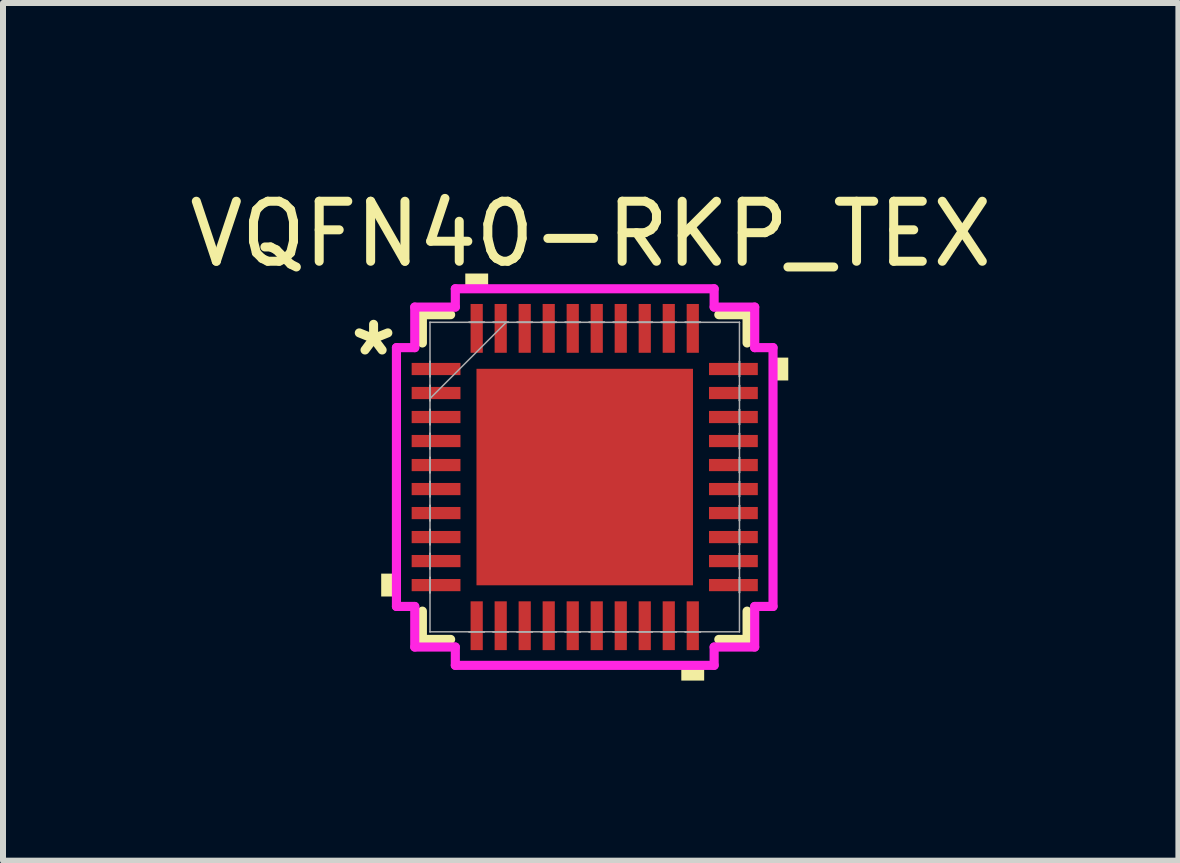
<source format=kicad_pcb>
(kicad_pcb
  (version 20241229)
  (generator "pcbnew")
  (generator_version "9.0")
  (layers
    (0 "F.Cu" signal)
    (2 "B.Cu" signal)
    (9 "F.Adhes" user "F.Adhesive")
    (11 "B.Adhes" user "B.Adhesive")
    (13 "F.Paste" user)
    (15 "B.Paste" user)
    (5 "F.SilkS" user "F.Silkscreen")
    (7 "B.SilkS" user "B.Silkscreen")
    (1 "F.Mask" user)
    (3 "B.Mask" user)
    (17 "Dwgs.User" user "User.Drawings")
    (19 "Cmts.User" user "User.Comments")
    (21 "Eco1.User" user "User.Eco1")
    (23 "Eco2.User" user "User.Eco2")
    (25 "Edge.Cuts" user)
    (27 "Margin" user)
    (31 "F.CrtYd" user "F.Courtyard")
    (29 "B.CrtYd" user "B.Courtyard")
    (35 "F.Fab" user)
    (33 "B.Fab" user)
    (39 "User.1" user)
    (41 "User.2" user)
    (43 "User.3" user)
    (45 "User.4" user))
  (footprint "VQFN40-RKP_TEX"
    (layer "F.Cu")
    (at 6.692 4.898)
    (property "Reference" "VQFN40-RKP_TEX" (at 0.1 -4.05 0) (unlocked yes) (layer "F.SilkS") (effects (font (size 1 1) (thickness 0.15))))
    (attr smd)
    (fp_line (start -2.705 -2.705) (end -2.705 -2.234) (stroke (width 0.152) (type solid)) (layer "F.SilkS"))
    (fp_line (start -2.705 2.234) (end -2.705 2.705) (stroke (width 0.152) (type solid)) (layer "F.SilkS"))
    (fp_line (start -2.705 2.705) (end -2.234 2.705) (stroke (width 0.152) (type solid)) (layer "F.SilkS"))
    (fp_line (start -2.234 -2.705) (end -2.705 -2.705) (stroke (width 0.152) (type solid)) (layer "F.SilkS"))
    (fp_line (start 2.234 2.705) (end 2.705 2.705) (stroke (width 0.152) (type solid)) (layer "F.SilkS"))
    (fp_line (start 2.705 -2.705) (end 2.234 -2.705) (stroke (width 0.152) (type solid)) (layer "F.SilkS"))
    (fp_line (start 2.705 -2.234) (end 2.705 -2.705) (stroke (width 0.152) (type solid)) (layer "F.SilkS"))
    (fp_line (start 2.705 2.705) (end 2.705 2.234) (stroke (width 0.152) (type solid)) (layer "F.SilkS"))
    (fp_poly (pts (xy -3.391 1.609) (xy -3.391 1.99) (xy -3.137 1.99) (xy -3.137 1.609)) (stroke (width 0) (type solid)) (fill yes) (layer "F.SilkS"))
    (fp_poly (pts (xy -1.99 -3.137) (xy -1.99 -3.391) (xy -1.609 -3.391) (xy -1.609 -3.137)) (stroke (width 0) (type solid)) (fill yes) (layer "F.SilkS"))
    (fp_poly (pts (xy 1.609 3.137) (xy 1.609 3.391) (xy 1.99 3.391) (xy 1.99 3.137)) (stroke (width 0) (type solid)) (fill yes) (layer "F.SilkS"))
    (fp_poly (pts (xy 3.391 -1.99) (xy 3.391 -1.609) (xy 3.137 -1.609) (xy 3.137 -1.99)) (stroke (width 0) (type solid)) (fill yes) (layer "F.SilkS"))
    (fp_poly (pts (xy -1.703 -1.703) (xy -1.703 -0.1) (xy -0.1 -0.1) (xy -0.1 -1.703)) (stroke (width 0) (type solid)) (fill yes) (layer "F.Paste"))
    (fp_poly (pts (xy -1.703 0.1) (xy -1.703 1.703) (xy -0.1 1.703) (xy -0.1 0.1)) (stroke (width 0) (type solid)) (fill yes) (layer "F.Paste"))
    (fp_poly (pts (xy 0.1 -1.703) (xy 0.1 -0.1) (xy 1.703 -0.1) (xy 1.703 -1.703)) (stroke (width 0) (type solid)) (fill yes) (layer "F.Paste"))
    (fp_poly (pts (xy 0.1 0.1) (xy 0.1 1.703) (xy 1.703 1.703) (xy 1.703 0.1)) (stroke (width 0) (type solid)) (fill yes) (layer "F.Paste"))
    (fp_line (start -3.137 -2.156) (end -2.832 -2.156) (stroke (width 0.152) (type solid)) (layer "F.CrtYd"))
    (fp_line (start -3.137 2.156) (end -3.137 -2.156) (stroke (width 0.152) (type solid)) (layer "F.CrtYd"))
    (fp_line (start -2.832 -2.832) (end -2.156 -2.832) (stroke (width 0.152) (type solid)) (layer "F.CrtYd"))
    (fp_line (start -2.832 -2.156) (end -2.832 -2.832) (stroke (width 0.152) (type solid)) (layer "F.CrtYd"))
    (fp_line (start -2.832 2.156) (end -3.137 2.156) (stroke (width 0.152) (type solid)) (layer "F.CrtYd"))
    (fp_line (start -2.832 2.832) (end -2.832 2.156) (stroke (width 0.152) (type solid)) (layer "F.CrtYd"))
    (fp_line (start -2.156 -3.137) (end 2.156 -3.137) (stroke (width 0.152) (type solid)) (layer "F.CrtYd"))
    (fp_line (start -2.156 -2.832) (end -2.156 -3.137) (stroke (width 0.152) (type solid)) (layer "F.CrtYd"))
    (fp_line (start -2.156 2.832) (end -2.832 2.832) (stroke (width 0.152) (type solid)) (layer "F.CrtYd"))
    (fp_line (start -2.156 3.137) (end -2.156 2.832) (stroke (width 0.152) (type solid)) (layer "F.CrtYd"))
    (fp_line (start 2.156 -3.137) (end 2.156 -2.832) (stroke (width 0.152) (type solid)) (layer "F.CrtYd"))
    (fp_line (start 2.156 -2.832) (end 2.832 -2.832) (stroke (width 0.152) (type solid)) (layer "F.CrtYd"))
    (fp_line (start 2.156 2.832) (end 2.156 3.137) (stroke (width 0.152) (type solid)) (layer "F.CrtYd"))
    (fp_line (start 2.156 3.137) (end -2.156 3.137) (stroke (width 0.152) (type solid)) (layer "F.CrtYd"))
    (fp_line (start 2.832 -2.832) (end 2.832 -2.156) (stroke (width 0.152) (type solid)) (layer "F.CrtYd"))
    (fp_line (start 2.832 -2.156) (end 3.137 -2.156) (stroke (width 0.152) (type solid)) (layer "F.CrtYd"))
    (fp_line (start 2.832 2.156) (end 2.832 2.832) (stroke (width 0.152) (type solid)) (layer "F.CrtYd"))
    (fp_line (start 2.832 2.832) (end 2.156 2.832) (stroke (width 0.152) (type solid)) (layer "F.CrtYd"))
    (fp_line (start 3.137 -2.156) (end 3.137 2.156) (stroke (width 0.152) (type solid)) (layer "F.CrtYd"))
    (fp_line (start 3.137 2.156) (end 2.832 2.156) (stroke (width 0.152) (type solid)) (layer "F.CrtYd"))
    (fp_line (start -2.578 -2.578) (end -2.578 -2.578) (stroke (width 0.025) (type solid)) (layer "F.Fab"))
    (fp_line (start -2.578 -2.578) (end -2.578 2.578) (stroke (width 0.025) (type solid)) (layer "F.Fab"))
    (fp_line (start -2.578 -1.927) (end -2.578 -1.927) (stroke (width 0.025) (type solid)) (layer "F.Fab"))
    (fp_line (start -2.578 -1.927) (end -2.578 -1.673) (stroke (width 0.025) (type solid)) (layer "F.Fab"))
    (fp_line (start -2.578 -1.673) (end -2.578 -1.927) (stroke (width 0.025) (type solid)) (layer "F.Fab"))
    (fp_line (start -2.578 -1.673) (end -2.578 -1.673) (stroke (width 0.025) (type solid)) (layer "F.Fab"))
    (fp_line (start -2.578 -1.527) (end -2.578 -1.527) (stroke (width 0.025) (type solid)) (layer "F.Fab"))
    (fp_line (start -2.578 -1.527) (end -2.578 -1.273) (stroke (width 0.025) (type solid)) (layer "F.Fab"))
    (fp_line (start -2.578 -1.308) (end -1.308 -2.578) (stroke (width 0.025) (type solid)) (layer "F.Fab"))
    (fp_line (start -2.578 -1.273) (end -2.578 -1.527) (stroke (width 0.025) (type solid)) (layer "F.Fab"))
    (fp_line (start -2.578 -1.273) (end -2.578 -1.273) (stroke (width 0.025) (type solid)) (layer "F.Fab"))
    (fp_line (start -2.578 -1.127) (end -2.578 -1.127) (stroke (width 0.025) (type solid)) (layer "F.Fab"))
    (fp_line (start -2.578 -1.127) (end -2.578 -0.873) (stroke (width 0.025) (type solid)) (layer "F.Fab"))
    (fp_line (start -2.578 -0.873) (end -2.578 -1.127) (stroke (width 0.025) (type solid)) (layer "F.Fab"))
    (fp_line (start -2.578 -0.873) (end -2.578 -0.873) (stroke (width 0.025) (type solid)) (layer "F.Fab"))
    (fp_line (start -2.578 -0.727) (end -2.578 -0.727) (stroke (width 0.025) (type solid)) (layer "F.Fab"))
    (fp_line (start -2.578 -0.727) (end -2.578 -0.473) (stroke (width 0.025) (type solid)) (layer "F.Fab"))
    (fp_line (start -2.578 -0.473) (end -2.578 -0.727) (stroke (width 0.025) (type solid)) (layer "F.Fab"))
    (fp_line (start -2.578 -0.473) (end -2.578 -0.473) (stroke (width 0.025) (type solid)) (layer "F.Fab"))
    (fp_line (start -2.578 -0.327) (end -2.578 -0.327) (stroke (width 0.025) (type solid)) (layer "F.Fab"))
    (fp_line (start -2.578 -0.327) (end -2.578 -0.073) (stroke (width 0.025) (type solid)) (layer "F.Fab"))
    (fp_line (start -2.578 -0.073) (end -2.578 -0.327) (stroke (width 0.025) (type solid)) (layer "F.Fab"))
    (fp_line (start -2.578 -0.073) (end -2.578 -0.073) (stroke (width 0.025) (type solid)) (layer "F.Fab"))
    (fp_line (start -2.578 0.073) (end -2.578 0.073) (stroke (width 0.025) (type solid)) (layer "F.Fab"))
    (fp_line (start -2.578 0.073) (end -2.578 0.327) (stroke (width 0.025) (type solid)) (layer "F.Fab"))
    (fp_line (start -2.578 0.327) (end -2.578 0.073) (stroke (width 0.025) (type solid)) (layer "F.Fab"))
    (fp_line (start -2.578 0.327) (end -2.578 0.327) (stroke (width 0.025) (type solid)) (layer "F.Fab"))
    (fp_line (start -2.578 0.473) (end -2.578 0.473) (stroke (width 0.025) (type solid)) (layer "F.Fab"))
    (fp_line (start -2.578 0.473) (end -2.578 0.727) (stroke (width 0.025) (type solid)) (layer "F.Fab"))
    (fp_line (start -2.578 0.727) (end -2.578 0.473) (stroke (width 0.025) (type solid)) (layer "F.Fab"))
    (fp_line (start -2.578 0.727) (end -2.578 0.727) (stroke (width 0.025) (type solid)) (layer "F.Fab"))
    (fp_line (start -2.578 0.873) (end -2.578 0.873) (stroke (width 0.025) (type solid)) (layer "F.Fab"))
    (fp_line (start -2.578 0.873) (end -2.578 1.127) (stroke (width 0.025) (type solid)) (layer "F.Fab"))
    (fp_line (start -2.578 1.127) (end -2.578 0.873) (stroke (width 0.025) (type solid)) (layer "F.Fab"))
    (fp_line (start -2.578 1.127) (end -2.578 1.127) (stroke (width 0.025) (type solid)) (layer "F.Fab"))
    (fp_line (start -2.578 1.273) (end -2.578 1.273) (stroke (width 0.025) (type solid)) (layer "F.Fab"))
    (fp_line (start -2.578 1.273) (end -2.578 1.527) (stroke (width 0.025) (type solid)) (layer "F.Fab"))
    (fp_line (start -2.578 1.527) (end -2.578 1.273) (stroke (width 0.025) (type solid)) (layer "F.Fab"))
    (fp_line (start -2.578 1.527) (end -2.578 1.527) (stroke (width 0.025) (type solid)) (layer "F.Fab"))
    (fp_line (start -2.578 1.673) (end -2.578 1.673) (stroke (width 0.025) (type solid)) (layer "F.Fab"))
    (fp_line (start -2.578 1.673) (end -2.578 1.927) (stroke (width 0.025) (type solid)) (layer "F.Fab"))
    (fp_line (start -2.578 1.927) (end -2.578 1.673) (stroke (width 0.025) (type solid)) (layer "F.Fab"))
    (fp_line (start -2.578 1.927) (end -2.578 1.927) (stroke (width 0.025) (type solid)) (layer "F.Fab"))
    (fp_line (start -2.578 2.578) (end -2.578 2.578) (stroke (width 0.025) (type solid)) (layer "F.Fab"))
    (fp_line (start -2.578 2.578) (end 2.578 2.578) (stroke (width 0.025) (type solid)) (layer "F.Fab"))
    (fp_line (start -1.927 -2.578) (end -1.927 -2.578) (stroke (width 0.025) (type solid)) (layer "F.Fab"))
    (fp_line (start -1.927 -2.578) (end -1.673 -2.578) (stroke (width 0.025) (type solid)) (layer "F.Fab"))
    (fp_line (start -1.927 2.578) (end -1.927 2.578) (stroke (width 0.025) (type solid)) (layer "F.Fab"))
    (fp_line (start -1.927 2.578) (end -1.673 2.578) (stroke (width 0.025) (type solid)) (layer "F.Fab"))
    (fp_line (start -1.673 -2.578) (end -1.927 -2.578) (stroke (width 0.025) (type solid)) (layer "F.Fab"))
    (fp_line (start -1.673 -2.578) (end -1.673 -2.578) (stroke (width 0.025) (type solid)) (layer "F.Fab"))
    (fp_line (start -1.673 2.578) (end -1.927 2.578) (stroke (width 0.025) (type solid)) (layer "F.Fab"))
    (fp_line (start -1.673 2.578) (end -1.673 2.578) (stroke (width 0.025) (type solid)) (layer "F.Fab"))
    (fp_line (start -1.527 -2.578) (end -1.527 -2.578) (stroke (width 0.025) (type solid)) (layer "F.Fab"))
    (fp_line (start -1.527 -2.578) (end -1.273 -2.578) (stroke (width 0.025) (type solid)) (layer "F.Fab"))
    (fp_line (start -1.527 2.578) (end -1.527 2.578) (stroke (width 0.025) (type solid)) (layer "F.Fab"))
    (fp_line (start -1.527 2.578) (end -1.273 2.578) (stroke (width 0.025) (type solid)) (layer "F.Fab"))
    (fp_line (start -1.273 -2.578) (end -1.527 -2.578) (stroke (width 0.025) (type solid)) (layer "F.Fab"))
    (fp_line (start -1.273 -2.578) (end -1.273 -2.578) (stroke (width 0.025) (type solid)) (layer "F.Fab"))
    (fp_line (start -1.273 2.578) (end -1.527 2.578) (stroke (width 0.025) (type solid)) (layer "F.Fab"))
    (fp_line (start -1.273 2.578) (end -1.273 2.578) (stroke (width 0.025) (type solid)) (layer "F.Fab"))
    (fp_line (start -1.127 -2.578) (end -1.127 -2.578) (stroke (width 0.025) (type solid)) (layer "F.Fab"))
    (fp_line (start -1.127 -2.578) (end -0.873 -2.578) (stroke (width 0.025) (type solid)) (layer "F.Fab"))
    (fp_line (start -1.127 2.578) (end -1.127 2.578) (stroke (width 0.025) (type solid)) (layer "F.Fab"))
    (fp_line (start -1.127 2.578) (end -0.873 2.578) (stroke (width 0.025) (type solid)) (layer "F.Fab"))
    (fp_line (start -0.873 -2.578) (end -1.127 -2.578) (stroke (width 0.025) (type solid)) (layer "F.Fab"))
    (fp_line (start -0.873 -2.578) (end -0.873 -2.578) (stroke (width 0.025) (type solid)) (layer "F.Fab"))
    (fp_line (start -0.873 2.578) (end -1.127 2.578) (stroke (width 0.025) (type solid)) (layer "F.Fab"))
    (fp_line (start -0.873 2.578) (end -0.873 2.578) (stroke (width 0.025) (type solid)) (layer "F.Fab"))
    (fp_line (start -0.727 -2.578) (end -0.727 -2.578) (stroke (width 0.025) (type solid)) (layer "F.Fab"))
    (fp_line (start -0.727 -2.578) (end -0.473 -2.578) (stroke (width 0.025) (type solid)) (layer "F.Fab"))
    (fp_line (start -0.727 2.578) (end -0.727 2.578) (stroke (width 0.025) (type solid)) (layer "F.Fab"))
    (fp_line (start -0.727 2.578) (end -0.473 2.578) (stroke (width 0.025) (type solid)) (layer "F.Fab"))
    (fp_line (start -0.473 -2.578) (end -0.727 -2.578) (stroke (width 0.025) (type solid)) (layer "F.Fab"))
    (fp_line (start -0.473 -2.578) (end -0.473 -2.578) (stroke (width 0.025) (type solid)) (layer "F.Fab"))
    (fp_line (start -0.473 2.578) (end -0.727 2.578) (stroke (width 0.025) (type solid)) (layer "F.Fab"))
    (fp_line (start -0.473 2.578) (end -0.473 2.578) (stroke (width 0.025) (type solid)) (layer "F.Fab"))
    (fp_line (start -0.327 -2.578) (end -0.327 -2.578) (stroke (width 0.025) (type solid)) (layer "F.Fab"))
    (fp_line (start -0.327 -2.578) (end -0.073 -2.578) (stroke (width 0.025) (type solid)) (layer "F.Fab"))
    (fp_line (start -0.327 2.578) (end -0.327 2.578) (stroke (width 0.025) (type solid)) (layer "F.Fab"))
    (fp_line (start -0.327 2.578) (end -0.073 2.578) (stroke (width 0.025) (type solid)) (layer "F.Fab"))
    (fp_line (start -0.073 -2.578) (end -0.327 -2.578) (stroke (width 0.025) (type solid)) (layer "F.Fab"))
    (fp_line (start -0.073 -2.578) (end -0.073 -2.578) (stroke (width 0.025) (type solid)) (layer "F.Fab"))
    (fp_line (start -0.073 2.578) (end -0.327 2.578) (stroke (width 0.025) (type solid)) (layer "F.Fab"))
    (fp_line (start -0.073 2.578) (end -0.073 2.578) (stroke (width 0.025) (type solid)) (layer "F.Fab"))
    (fp_line (start 0.073 -2.578) (end 0.073 -2.578) (stroke (width 0.025) (type solid)) (layer "F.Fab"))
    (fp_line (start 0.073 -2.578) (end 0.327 -2.578) (stroke (width 0.025) (type solid)) (layer "F.Fab"))
    (fp_line (start 0.073 2.578) (end 0.073 2.578) (stroke (width 0.025) (type solid)) (layer "F.Fab"))
    (fp_line (start 0.073 2.578) (end 0.327 2.578) (stroke (width 0.025) (type solid)) (layer "F.Fab"))
    (fp_line (start 0.327 -2.578) (end 0.073 -2.578) (stroke (width 0.025) (type solid)) (layer "F.Fab"))
    (fp_line (start 0.327 -2.578) (end 0.327 -2.578) (stroke (width 0.025) (type solid)) (layer "F.Fab"))
    (fp_line (start 0.327 2.578) (end 0.073 2.578) (stroke (width 0.025) (type solid)) (layer "F.Fab"))
    (fp_line (start 0.327 2.578) (end 0.327 2.578) (stroke (width 0.025) (type solid)) (layer "F.Fab"))
    (fp_line (start 0.473 -2.578) (end 0.473 -2.578) (stroke (width 0.025) (type solid)) (layer "F.Fab"))
    (fp_line (start 0.473 -2.578) (end 0.727 -2.578) (stroke (width 0.025) (type solid)) (layer "F.Fab"))
    (fp_line (start 0.473 2.578) (end 0.473 2.578) (stroke (width 0.025) (type solid)) (layer "F.Fab"))
    (fp_line (start 0.473 2.578) (end 0.727 2.578) (stroke (width 0.025) (type solid)) (layer "F.Fab"))
    (fp_line (start 0.727 -2.578) (end 0.473 -2.578) (stroke (width 0.025) (type solid)) (layer "F.Fab"))
    (fp_line (start 0.727 -2.578) (end 0.727 -2.578) (stroke (width 0.025) (type solid)) (layer "F.Fab"))
    (fp_line (start 0.727 2.578) (end 0.473 2.578) (stroke (width 0.025) (type solid)) (layer "F.Fab"))
    (fp_line (start 0.727 2.578) (end 0.727 2.578) (stroke (width 0.025) (type solid)) (layer "F.Fab"))
    (fp_line (start 0.873 -2.578) (end 0.873 -2.578) (stroke (width 0.025) (type solid)) (layer "F.Fab"))
    (fp_line (start 0.873 -2.578) (end 1.127 -2.578) (stroke (width 0.025) (type solid)) (layer "F.Fab"))
    (fp_line (start 0.873 2.578) (end 0.873 2.578) (stroke (width 0.025) (type solid)) (layer "F.Fab"))
    (fp_line (start 0.873 2.578) (end 1.127 2.578) (stroke (width 0.025) (type solid)) (layer "F.Fab"))
    (fp_line (start 1.127 -2.578) (end 0.873 -2.578) (stroke (width 0.025) (type solid)) (layer "F.Fab"))
    (fp_line (start 1.127 -2.578) (end 1.127 -2.578) (stroke (width 0.025) (type solid)) (layer "F.Fab"))
    (fp_line (start 1.127 2.578) (end 0.873 2.578) (stroke (width 0.025) (type solid)) (layer "F.Fab"))
    (fp_line (start 1.127 2.578) (end 1.127 2.578) (stroke (width 0.025) (type solid)) (layer "F.Fab"))
    (fp_line (start 1.273 -2.578) (end 1.273 -2.578) (stroke (width 0.025) (type solid)) (layer "F.Fab"))
    (fp_line (start 1.273 -2.578) (end 1.527 -2.578) (stroke (width 0.025) (type solid)) (layer "F.Fab"))
    (fp_line (start 1.273 2.578) (end 1.273 2.578) (stroke (width 0.025) (type solid)) (layer "F.Fab"))
    (fp_line (start 1.273 2.578) (end 1.527 2.578) (stroke (width 0.025) (type solid)) (layer "F.Fab"))
    (fp_line (start 1.527 -2.578) (end 1.273 -2.578) (stroke (width 0.025) (type solid)) (layer "F.Fab"))
    (fp_line (start 1.527 -2.578) (end 1.527 -2.578) (stroke (width 0.025) (type solid)) (layer "F.Fab"))
    (fp_line (start 1.527 2.578) (end 1.273 2.578) (stroke (width 0.025) (type solid)) (layer "F.Fab"))
    (fp_line (start 1.527 2.578) (end 1.527 2.578) (stroke (width 0.025) (type solid)) (layer "F.Fab"))
    (fp_line (start 1.673 -2.578) (end 1.673 -2.578) (stroke (width 0.025) (type solid)) (layer "F.Fab"))
    (fp_line (start 1.673 -2.578) (end 1.927 -2.578) (stroke (width 0.025) (type solid)) (layer "F.Fab"))
    (fp_line (start 1.673 2.578) (end 1.673 2.578) (stroke (width 0.025) (type solid)) (layer "F.Fab"))
    (fp_line (start 1.673 2.578) (end 1.927 2.578) (stroke (width 0.025) (type solid)) (layer "F.Fab"))
    (fp_line (start 1.927 -2.578) (end 1.673 -2.578) (stroke (width 0.025) (type solid)) (layer "F.Fab"))
    (fp_line (start 1.927 -2.578) (end 1.927 -2.578) (stroke (width 0.025) (type solid)) (layer "F.Fab"))
    (fp_line (start 1.927 2.578) (end 1.673 2.578) (stroke (width 0.025) (type solid)) (layer "F.Fab"))
    (fp_line (start 1.927 2.578) (end 1.927 2.578) (stroke (width 0.025) (type solid)) (layer "F.Fab"))
    (fp_line (start 2.578 -2.578) (end -2.578 -2.578) (stroke (width 0.025) (type solid)) (layer "F.Fab"))
    (fp_line (start 2.578 -2.578) (end 2.578 -2.578) (stroke (width 0.025) (type solid)) (layer "F.Fab"))
    (fp_line (start 2.578 -1.927) (end 2.578 -1.927) (stroke (width 0.025) (type solid)) (layer "F.Fab"))
    (fp_line (start 2.578 -1.927) (end 2.578 -1.673) (stroke (width 0.025) (type solid)) (layer "F.Fab"))
    (fp_line (start 2.578 -1.673) (end 2.578 -1.927) (stroke (width 0.025) (type solid)) (layer "F.Fab"))
    (fp_line (start 2.578 -1.673) (end 2.578 -1.673) (stroke (width 0.025) (type solid)) (layer "F.Fab"))
    (fp_line (start 2.578 -1.527) (end 2.578 -1.527) (stroke (width 0.025) (type solid)) (layer "F.Fab"))
    (fp_line (start 2.578 -1.527) (end 2.578 -1.273) (stroke (width 0.025) (type solid)) (layer "F.Fab"))
    (fp_line (start 2.578 -1.273) (end 2.578 -1.527) (stroke (width 0.025) (type solid)) (layer "F.Fab"))
    (fp_line (start 2.578 -1.273) (end 2.578 -1.273) (stroke (width 0.025) (type solid)) (layer "F.Fab"))
    (fp_line (start 2.578 -1.127) (end 2.578 -1.127) (stroke (width 0.025) (type solid)) (layer "F.Fab"))
    (fp_line (start 2.578 -1.127) (end 2.578 -0.873) (stroke (width 0.025) (type solid)) (layer "F.Fab"))
    (fp_line (start 2.578 -0.873) (end 2.578 -1.127) (stroke (width 0.025) (type solid)) (layer "F.Fab"))
    (fp_line (start 2.578 -0.873) (end 2.578 -0.873) (stroke (width 0.025) (type solid)) (layer "F.Fab"))
    (fp_line (start 2.578 -0.727) (end 2.578 -0.727) (stroke (width 0.025) (type solid)) (layer "F.Fab"))
    (fp_line (start 2.578 -0.727) (end 2.578 -0.473) (stroke (width 0.025) (type solid)) (layer "F.Fab"))
    (fp_line (start 2.578 -0.473) (end 2.578 -0.727) (stroke (width 0.025) (type solid)) (layer "F.Fab"))
    (fp_line (start 2.578 -0.473) (end 2.578 -0.473) (stroke (width 0.025) (type solid)) (layer "F.Fab"))
    (fp_line (start 2.578 -0.327) (end 2.578 -0.327) (stroke (width 0.025) (type solid)) (layer "F.Fab"))
    (fp_line (start 2.578 -0.327) (end 2.578 -0.073) (stroke (width 0.025) (type solid)) (layer "F.Fab"))
    (fp_line (start 2.578 -0.073) (end 2.578 -0.327) (stroke (width 0.025) (type solid)) (layer "F.Fab"))
    (fp_line (start 2.578 -0.073) (end 2.578 -0.073) (stroke (width 0.025) (type solid)) (layer "F.Fab"))
    (fp_line (start 2.578 0.073) (end 2.578 0.073) (stroke (width 0.025) (type solid)) (layer "F.Fab"))
    (fp_line (start 2.578 0.073) (end 2.578 0.327) (stroke (width 0.025) (type solid)) (layer "F.Fab"))
    (fp_line (start 2.578 0.327) (end 2.578 0.073) (stroke (width 0.025) (type solid)) (layer "F.Fab"))
    (fp_line (start 2.578 0.327) (end 2.578 0.327) (stroke (width 0.025) (type solid)) (layer "F.Fab"))
    (fp_line (start 2.578 0.473) (end 2.578 0.473) (stroke (width 0.025) (type solid)) (layer "F.Fab"))
    (fp_line (start 2.578 0.473) (end 2.578 0.727) (stroke (width 0.025) (type solid)) (layer "F.Fab"))
    (fp_line (start 2.578 0.727) (end 2.578 0.473) (stroke (width 0.025) (type solid)) (layer "F.Fab"))
    (fp_line (start 2.578 0.727) (end 2.578 0.727) (stroke (width 0.025) (type solid)) (layer "F.Fab"))
    (fp_line (start 2.578 0.873) (end 2.578 0.873) (stroke (width 0.025) (type solid)) (layer "F.Fab"))
    (fp_line (start 2.578 0.873) (end 2.578 1.127) (stroke (width 0.025) (type solid)) (layer "F.Fab"))
    (fp_line (start 2.578 1.127) (end 2.578 0.873) (stroke (width 0.025) (type solid)) (layer "F.Fab"))
    (fp_line (start 2.578 1.127) (end 2.578 1.127) (stroke (width 0.025) (type solid)) (layer "F.Fab"))
    (fp_line (start 2.578 1.273) (end 2.578 1.273) (stroke (width 0.025) (type solid)) (layer "F.Fab"))
    (fp_line (start 2.578 1.273) (end 2.578 1.527) (stroke (width 0.025) (type solid)) (layer "F.Fab"))
    (fp_line (start 2.578 1.527) (end 2.578 1.273) (stroke (width 0.025) (type solid)) (layer "F.Fab"))
    (fp_line (start 2.578 1.527) (end 2.578 1.527) (stroke (width 0.025) (type solid)) (layer "F.Fab"))
    (fp_line (start 2.578 1.673) (end 2.578 1.673) (stroke (width 0.025) (type solid)) (layer "F.Fab"))
    (fp_line (start 2.578 1.673) (end 2.578 1.927) (stroke (width 0.025) (type solid)) (layer "F.Fab"))
    (fp_line (start 2.578 1.927) (end 2.578 1.673) (stroke (width 0.025) (type solid)) (layer "F.Fab"))
    (fp_line (start 2.578 1.927) (end 2.578 1.927) (stroke (width 0.025) (type solid)) (layer "F.Fab"))
    (fp_line (start 2.578 2.578) (end 2.578 -2.578) (stroke (width 0.025) (type solid)) (layer "F.Fab"))
    (fp_line (start 2.578 2.578) (end 2.578 2.578) (stroke (width 0.025) (type solid)) (layer "F.Fab"))
    (fp_text user "*" (at -3.518 -2 0) (unlocked yes) (layer "F.SilkS") (effects (font (size 1 1) (thickness 0.15))))
    (pad "1" smd rect (at -2.477 -1.8 90) (size 0.203 0.813) (layers "F.Cu" "F.Mask" "F.Paste"))
    (pad "2" smd rect (at -2.477 -1.4 90) (size 0.203 0.813) (layers "F.Cu" "F.Mask" "F.Paste"))
    (pad "3" smd rect (at -2.477 -1 90) (size 0.203 0.813) (layers "F.Cu" "F.Mask" "F.Paste"))
    (pad "4" smd rect (at -2.477 -0.6 90) (size 0.203 0.813) (layers "F.Cu" "F.Mask" "F.Paste"))
    (pad "5" smd rect (at -2.477 -0.2 90) (size 0.203 0.813) (layers "F.Cu" "F.Mask" "F.Paste"))
    (pad "6" smd rect (at -2.477 0.2 90) (size 0.203 0.813) (layers "F.Cu" "F.Mask" "F.Paste"))
    (pad "7" smd rect (at -2.477 0.6 90) (size 0.203 0.813) (layers "F.Cu" "F.Mask" "F.Paste"))
    (pad "8" smd rect (at -2.477 1 90) (size 0.203 0.813) (layers "F.Cu" "F.Mask" "F.Paste"))
    (pad "9" smd rect (at -2.477 1.4 90) (size 0.203 0.813) (layers "F.Cu" "F.Mask" "F.Paste"))
    (pad "10" smd rect (at -2.477 1.8 90) (size 0.203 0.813) (layers "F.Cu" "F.Mask" "F.Paste"))
    (pad "11" smd rect (at -1.8 2.477) (size 0.203 0.813) (layers "F.Cu" "F.Mask" "F.Paste"))
    (pad "12" smd rect (at -1.4 2.477) (size 0.203 0.813) (layers "F.Cu" "F.Mask" "F.Paste"))
    (pad "13" smd rect (at -1 2.477) (size 0.203 0.813) (layers "F.Cu" "F.Mask" "F.Paste"))
    (pad "14" smd rect (at -0.6 2.477) (size 0.203 0.813) (layers "F.Cu" "F.Mask" "F.Paste"))
    (pad "15" smd rect (at -0.2 2.477) (size 0.203 0.813) (layers "F.Cu" "F.Mask" "F.Paste"))
    (pad "16" smd rect (at 0.2 2.477) (size 0.203 0.813) (layers "F.Cu" "F.Mask" "F.Paste"))
    (pad "17" smd rect (at 0.6 2.477) (size 0.203 0.813) (layers "F.Cu" "F.Mask" "F.Paste"))
    (pad "18" smd rect (at 1 2.477) (size 0.203 0.813) (layers "F.Cu" "F.Mask" "F.Paste"))
    (pad "19" smd rect (at 1.4 2.477) (size 0.203 0.813) (layers "F.Cu" "F.Mask" "F.Paste"))
    (pad "20" smd rect (at 1.8 2.477) (size 0.203 0.813) (layers "F.Cu" "F.Mask" "F.Paste"))
    (pad "21" smd rect (at 2.477 1.8 90) (size 0.203 0.813) (layers "F.Cu" "F.Mask" "F.Paste"))
    (pad "22" smd rect (at 2.477 1.4 90) (size 0.203 0.813) (layers "F.Cu" "F.Mask" "F.Paste"))
    (pad "23" smd rect (at 2.477 1 90) (size 0.203 0.813) (layers "F.Cu" "F.Mask" "F.Paste"))
    (pad "24" smd rect (at 2.477 0.6 90) (size 0.203 0.813) (layers "F.Cu" "F.Mask" "F.Paste"))
    (pad "25" smd rect (at 2.477 0.2 90) (size 0.203 0.813) (layers "F.Cu" "F.Mask" "F.Paste"))
    (pad "26" smd rect (at 2.477 -0.2 90) (size 0.203 0.813) (layers "F.Cu" "F.Mask" "F.Paste"))
    (pad "27" smd rect (at 2.477 -0.6 90) (size 0.203 0.813) (layers "F.Cu" "F.Mask" "F.Paste"))
    (pad "28" smd rect (at 2.477 -1 90) (size 0.203 0.813) (layers "F.Cu" "F.Mask" "F.Paste"))
    (pad "29" smd rect (at 2.477 -1.4 90) (size 0.203 0.813) (layers "F.Cu" "F.Mask" "F.Paste"))
    (pad "30" smd rect (at 2.477 -1.8 90) (size 0.203 0.813) (layers "F.Cu" "F.Mask" "F.Paste"))
    (pad "31" smd rect (at 1.8 -2.477) (size 0.203 0.813) (layers "F.Cu" "F.Mask" "F.Paste"))
    (pad "32" smd rect (at 1.4 -2.477) (size 0.203 0.813) (layers "F.Cu" "F.Mask" "F.Paste"))
    (pad "33" smd rect (at 1 -2.477) (size 0.203 0.813) (layers "F.Cu" "F.Mask" "F.Paste"))
    (pad "34" smd rect (at 0.6 -2.477) (size 0.203 0.813) (layers "F.Cu" "F.Mask" "F.Paste"))
    (pad "35" smd rect (at 0.2 -2.477) (size 0.203 0.813) (layers "F.Cu" "F.Mask" "F.Paste"))
    (pad "36" smd rect (at -0.2 -2.477) (size 0.203 0.813) (layers "F.Cu" "F.Mask" "F.Paste"))
    (pad "37" smd rect (at -0.6 -2.477) (size 0.203 0.813) (layers "F.Cu" "F.Mask" "F.Paste"))
    (pad "38" smd rect (at -1 -2.477) (size 0.203 0.813) (layers "F.Cu" "F.Mask" "F.Paste"))
    (pad "39" smd rect (at -1.4 -2.477) (size 0.203 0.813) (layers "F.Cu" "F.Mask" "F.Paste"))
    (pad "40" smd rect (at -1.8 -2.477) (size 0.203 0.813) (layers "F.Cu" "F.Mask" "F.Paste"))
    (pad "41" smd rect (at 0 0) (size 3.607 3.607) (layers "F.Cu" "F.Mask" "F.Paste")))
  (gr_rect
    (start -3 -3)
    (end 16.583 11.289)
    (stroke (width 0.1) (type default))
    (fill no)
    (layer "Edge.Cuts")))
</source>
